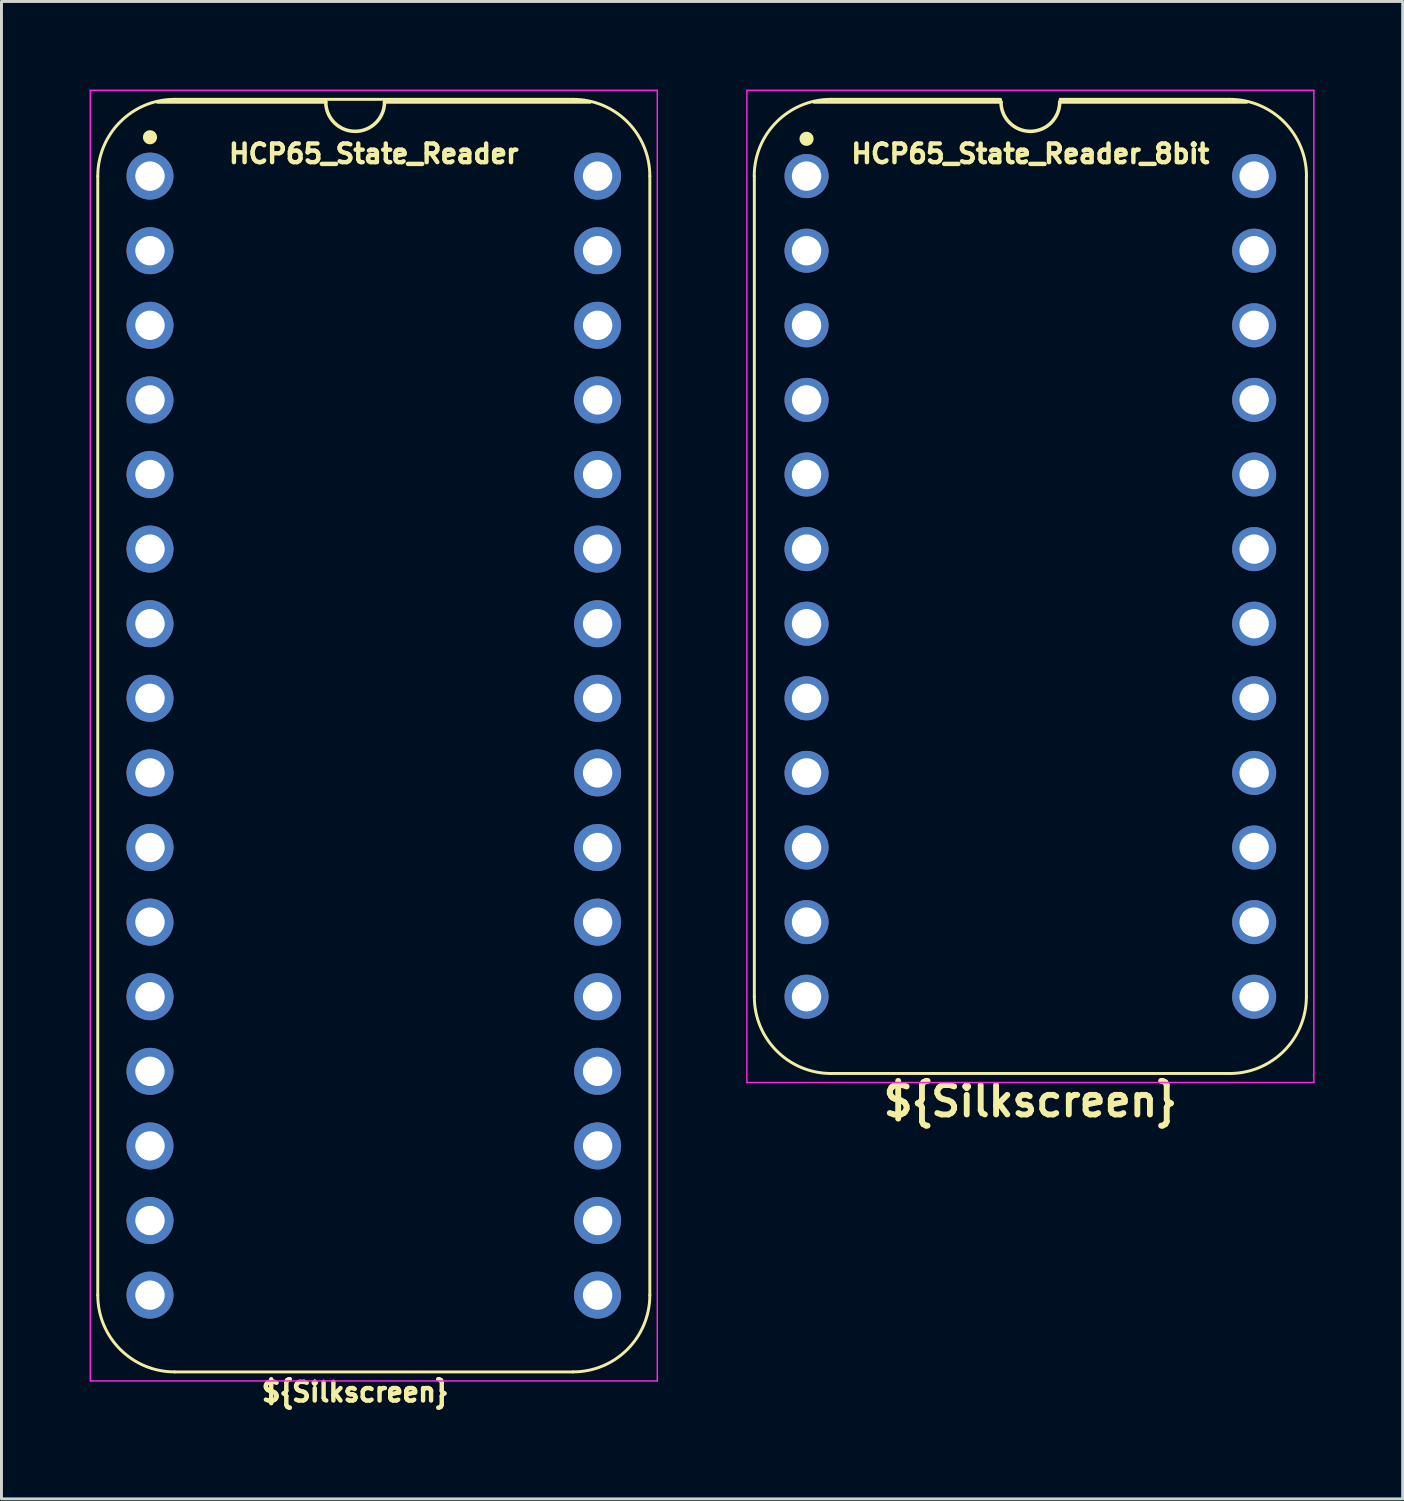
<source format=kicad_pcb>
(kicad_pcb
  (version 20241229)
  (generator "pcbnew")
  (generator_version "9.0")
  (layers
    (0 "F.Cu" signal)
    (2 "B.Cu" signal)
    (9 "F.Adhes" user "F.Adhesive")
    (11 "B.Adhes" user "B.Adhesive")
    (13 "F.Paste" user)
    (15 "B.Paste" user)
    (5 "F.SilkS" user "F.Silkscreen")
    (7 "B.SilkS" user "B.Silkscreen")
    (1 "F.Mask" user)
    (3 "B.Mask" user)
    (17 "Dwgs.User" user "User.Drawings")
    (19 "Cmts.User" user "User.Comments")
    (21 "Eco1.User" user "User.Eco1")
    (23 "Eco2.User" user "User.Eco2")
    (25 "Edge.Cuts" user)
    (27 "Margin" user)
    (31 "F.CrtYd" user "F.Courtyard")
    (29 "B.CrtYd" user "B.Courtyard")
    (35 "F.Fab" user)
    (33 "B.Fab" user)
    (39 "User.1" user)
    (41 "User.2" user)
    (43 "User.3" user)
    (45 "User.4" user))
  (footprint "HCP65_State_Reader"
    (layer "F.Cu")
    (at 2.057 2.946)
    (property "Reference" "HCP65_State_Reader" (at 7.62 -0.762 0) (layer "F.SilkS") (effects (font (size 0.635 0.635) (thickness 0.15))))
    (attr through_hole)
    (fp_line (start -1.778 38.1) (end -1.778 0) (stroke (width 0.1) (type solid)) (layer "F.SilkS"))
    (fp_line (start 0.836 -2.614) (end 14.404 -2.614) (stroke (width 0.1) (type solid)) (layer "F.SilkS"))
    (fp_line (start 5.985 -2.524) (end 0.254 -2.524) (stroke (width 0.12) (type solid)) (layer "F.SilkS"))
    (fp_line (start 14.404 40.714) (end 0.836 40.714) (stroke (width 0.1) (type solid)) (layer "F.SilkS"))
    (fp_line (start 14.986 -2.524) (end 7.985 -2.524) (stroke (width 0.12) (type solid)) (layer "F.SilkS"))
    (fp_line (start 17.018 38.1) (end 17.018 -0.000001) (stroke (width 0.1) (type solid)) (layer "F.SilkS"))
    (fp_arc (start -1.778 0) (mid -1.012456 -1.848188) (end 0.835732 -2.613732) (stroke (width 0.1) (type solid)) (layer "F.SilkS"))
    (fp_arc (start 0.835733 40.713733) (mid -1.012456 39.948189) (end -1.778 38.1) (stroke (width 0.1) (type solid)) (layer "F.SilkS"))
    (fp_arc (start 7.985 -2.524) (mid 6.985 -1.524) (end 5.985 -2.524) (stroke (width 0.12) (type solid)) (layer "F.SilkS"))
    (fp_arc (start 14.404267 -2.613733) (mid 16.252455 -1.848189) (end 17.017999 -0.000001) (stroke (width 0.1) (type solid)) (layer "F.SilkS"))
    (fp_arc (start 17.018 38.1) (mid 16.252455 39.948187) (end 14.404268 40.713732) (stroke (width 0.1) (type solid)) (layer "F.SilkS"))
    (fp_circle (center 0 -1.323) (end 0.18 -1.323) (stroke (width 0.12) (type solid)) (fill yes) (layer "F.SilkS"))
    (fp_line (start -2.032 -2.921) (end -2.032 41.021) (stroke (width 0.05) (type solid)) (layer "F.CrtYd"))
    (fp_line (start -2.032 -2.921) (end 17.272 -2.921) (stroke (width 0.05) (type solid)) (layer "F.CrtYd"))
    (fp_line (start -2.032 41.021) (end 17.272 41.021) (stroke (width 0.05) (type solid)) (layer "F.CrtYd"))
    (fp_line (start 17.272 -2.921) (end 17.272 41.021) (stroke (width 0.05) (type solid)) (layer "F.CrtYd"))
    (fp_text user "${Silkscreen}" (at 6.985 41.402 0) (layer "F.SilkS") (effects (font (size 0.635 0.635) (thickness 0.15))))
    (pad "1" thru_hole circle (at 0 0) (size 1.6 1.6) (drill 1) (layers "*.Cu" "*.Mask"))
    (pad "2" thru_hole circle (at 0 2.54) (size 1.6 1.6) (drill 1) (layers "*.Cu" "*.Mask"))
    (pad "3" thru_hole circle (at 0 5.08) (size 1.6 1.6) (drill 1) (layers "*.Cu" "*.Mask"))
    (pad "4" thru_hole circle (at 0 7.62) (size 1.6 1.6) (drill 1) (layers "*.Cu" "*.Mask"))
    (pad "5" thru_hole circle (at 0 10.16) (size 1.6 1.6) (drill 1) (layers "*.Cu" "*.Mask"))
    (pad "6" thru_hole circle (at 0 12.7) (size 1.6 1.6) (drill 1) (layers "*.Cu" "*.Mask"))
    (pad "7" thru_hole circle (at 0 15.24) (size 1.6 1.6) (drill 1) (layers "*.Cu" "*.Mask"))
    (pad "8" thru_hole circle (at 0 17.78) (size 1.6 1.6) (drill 1) (layers "*.Cu" "*.Mask"))
    (pad "9" thru_hole circle (at 0 20.32) (size 1.6 1.6) (drill 1) (layers "*.Cu" "*.Mask"))
    (pad "10" thru_hole circle (at 0 22.86) (size 1.6 1.6) (drill 1) (layers "*.Cu" "*.Mask"))
    (pad "11" thru_hole circle (at 0 25.4) (size 1.6 1.6) (drill 1) (layers "*.Cu" "*.Mask"))
    (pad "12" thru_hole circle (at 0 27.94) (size 1.6 1.6) (drill 1) (layers "*.Cu" "*.Mask"))
    (pad "13" thru_hole circle (at 0 30.48) (size 1.6 1.6) (drill 1) (layers "*.Cu" "*.Mask"))
    (pad "14" thru_hole circle (at 0 33.02) (size 1.6 1.6) (drill 1) (layers "*.Cu" "*.Mask"))
    (pad "15" thru_hole circle (at 0 35.56) (size 1.6 1.6) (drill 1) (layers "*.Cu" "*.Mask"))
    (pad "16" thru_hole circle (at 0 38.1) (size 1.6 1.6) (drill 1) (layers "*.Cu" "*.Mask"))
    (pad "17" thru_hole circle (at 15.24 38.1) (size 1.6 1.6) (drill 1) (layers "*.Cu" "*.Mask"))
    (pad "18" thru_hole circle (at 15.24 35.56) (size 1.6 1.6) (drill 1) (layers "*.Cu" "*.Mask"))
    (pad "19" thru_hole circle (at 15.24 33.02) (size 1.6 1.6) (drill 1) (layers "*.Cu" "*.Mask"))
    (pad "20" thru_hole circle (at 15.24 30.48) (size 1.6 1.6) (drill 1) (layers "*.Cu" "*.Mask"))
    (pad "21" thru_hole circle (at 15.24 27.94) (size 1.6 1.6) (drill 1) (layers "*.Cu" "*.Mask"))
    (pad "22" thru_hole circle (at 15.24 25.4) (size 1.6 1.6) (drill 1) (layers "*.Cu" "*.Mask"))
    (pad "23" thru_hole circle (at 15.24 22.86) (size 1.6 1.6) (drill 1) (layers "*.Cu" "*.Mask"))
    (pad "24" thru_hole circle (at 15.24 20.32) (size 1.6 1.6) (drill 1) (layers "*.Cu" "*.Mask"))
    (pad "25" thru_hole circle (at 15.24 17.78) (size 1.6 1.6) (drill 1) (layers "*.Cu" "*.Mask"))
    (pad "26" thru_hole circle (at 15.24 15.24) (size 1.6 1.6) (drill 1) (layers "*.Cu" "*.Mask"))
    (pad "27" thru_hole circle (at 15.24 12.7) (size 1.6 1.6) (drill 1) (layers "*.Cu" "*.Mask"))
    (pad "28" thru_hole circle (at 15.24 10.16) (size 1.6 1.6) (drill 1) (layers "*.Cu" "*.Mask"))
    (pad "29" thru_hole circle (at 15.24 7.62) (size 1.6 1.6) (drill 1) (layers "*.Cu" "*.Mask"))
    (pad "30" thru_hole circle (at 15.24 5.08) (size 1.6 1.6) (drill 1) (layers "*.Cu" "*.Mask"))
    (pad "31" thru_hole circle (at 15.24 2.54) (size 1.6 1.6) (drill 1) (layers "*.Cu" "*.Mask"))
    (pad "32" thru_hole circle (at 15.24 0) (size 1.6 1.6) (drill 1) (layers "*.Cu" "*.Mask")))
  (footprint "HCP65_State_Reader_8bit"
    (layer "F.Cu")
    (at 24.411 2.946)
    (property "Reference" "HCP65_State_Reader_8bit" (at 7.62 -0.762 0) (layer "F.SilkS") (effects (font (size 0.635 0.635) (thickness 0.15))))
    (property "Silkscreen" "${Silkscreen}" (at 7.62 31.496 0) (layer "F.SilkS") (effects (font (size 1 1) (thickness 0.2))))
    (attr through_hole)
    (fp_line (start -1.778 27.94) (end -1.778 0) (stroke (width 0.1) (type solid)) (layer "F.SilkS"))
    (fp_line (start 0.832 -2.614) (end 6.604 -2.614) (stroke (width 0.1) (type solid)) (layer "F.SilkS"))
    (fp_line (start 6.62 -2.524) (end 0.254 -2.524) (stroke (width 0.12) (type solid)) (layer "F.SilkS"))
    (fp_line (start 8.636 -2.614) (end 14.408 -2.614) (stroke (width 0.1) (type solid)) (layer "F.SilkS"))
    (fp_line (start 14.404 30.554) (end 0.836 30.554) (stroke (width 0.1) (type solid)) (layer "F.SilkS"))
    (fp_line (start 14.986 -2.524) (end 8.62 -2.524) (stroke (width 0.12) (type solid)) (layer "F.SilkS"))
    (fp_line (start 17.018 27.94) (end 17.018 0) (stroke (width 0.1) (type solid)) (layer "F.SilkS"))
    (fp_arc (start -1.781544 0) (mid -1.016 -1.848188) (end 0.832188 -2.613732) (stroke (width 0.1) (type solid)) (layer "F.SilkS"))
    (fp_arc (start 0.835733 30.553733) (mid -1.012456 29.788189) (end -1.778 27.94) (stroke (width 0.1) (type solid)) (layer "F.SilkS"))
    (fp_arc (start 8.62 -2.524) (mid 7.62 -1.524) (end 6.62 -2.524) (stroke (width 0.12) (type solid)) (layer "F.SilkS"))
    (fp_arc (start 14.407812 -2.613732) (mid 16.256 -1.848188) (end 17.021544 0) (stroke (width 0.1) (type solid)) (layer "F.SilkS"))
    (fp_arc (start 17.018001 27.940001) (mid 16.252456 29.788188) (end 14.404269 30.553733) (stroke (width 0.1) (type solid)) (layer "F.SilkS"))
    (fp_circle (center 0 -1.27) (end 0.18 -1.27) (stroke (width 0.12) (type solid)) (fill yes) (layer "F.SilkS"))
    (fp_line (start -2.032 -2.921) (end -2.032 30.861) (stroke (width 0.05) (type solid)) (layer "F.CrtYd"))
    (fp_line (start -2.032 -2.921) (end 17.272 -2.921) (stroke (width 0.05) (type solid)) (layer "F.CrtYd"))
    (fp_line (start -2.032 30.861) (end 17.272 30.861) (stroke (width 0.05) (type solid)) (layer "F.CrtYd"))
    (fp_line (start 17.272 -2.921) (end 17.272 30.861) (stroke (width 0.05) (type solid)) (layer "F.CrtYd"))
    (pad "1" thru_hole circle (at 0 0) (size 1.5 1.5) (drill 1) (layers "*.Cu" "*.Mask"))
    (pad "2" thru_hole circle (at 0 2.54) (size 1.5 1.5) (drill 1) (layers "*.Cu" "*.Mask"))
    (pad "3" thru_hole circle (at 0 5.08) (size 1.5 1.5) (drill 1) (layers "*.Cu" "*.Mask"))
    (pad "4" thru_hole circle (at 0 7.62) (size 1.5 1.5) (drill 1) (layers "*.Cu" "*.Mask"))
    (pad "5" thru_hole circle (at 0 10.16) (size 1.5 1.5) (drill 1) (layers "*.Cu" "*.Mask"))
    (pad "6" thru_hole circle (at 0 12.7) (size 1.5 1.5) (drill 1) (layers "*.Cu" "*.Mask"))
    (pad "7" thru_hole circle (at 0 15.24) (size 1.5 1.5) (drill 1) (layers "*.Cu" "*.Mask"))
    (pad "8" thru_hole circle (at 0 17.78) (size 1.5 1.5) (drill 1) (layers "*.Cu" "*.Mask"))
    (pad "9" thru_hole circle (at 0 20.32) (size 1.5 1.5) (drill 1) (layers "*.Cu" "*.Mask"))
    (pad "10" thru_hole circle (at 0 22.86) (size 1.5 1.5) (drill 1) (layers "*.Cu" "*.Mask"))
    (pad "11" thru_hole circle (at 0 25.4) (size 1.5 1.5) (drill 1) (layers "*.Cu" "*.Mask"))
    (pad "12" thru_hole circle (at 0 27.94) (size 1.5 1.5) (drill 1) (layers "*.Cu" "*.Mask"))
    (pad "13" thru_hole circle (at 15.24 27.94) (size 1.5 1.5) (drill 1) (layers "*.Cu" "*.Mask"))
    (pad "14" thru_hole circle (at 15.24 25.4) (size 1.5 1.5) (drill 1) (layers "*.Cu" "*.Mask"))
    (pad "15" thru_hole circle (at 15.24 22.86) (size 1.5 1.5) (drill 1) (layers "*.Cu" "*.Mask"))
    (pad "16" thru_hole circle (at 15.24 20.32) (size 1.5 1.5) (drill 1) (layers "*.Cu" "*.Mask"))
    (pad "17" thru_hole circle (at 15.24 17.78) (size 1.5 1.5) (drill 1) (layers "*.Cu" "*.Mask"))
    (pad "18" thru_hole circle (at 15.24 15.24) (size 1.5 1.5) (drill 1) (layers "*.Cu" "*.Mask"))
    (pad "19" thru_hole circle (at 15.24 12.7) (size 1.5 1.5) (drill 1) (layers "*.Cu" "*.Mask"))
    (pad "20" thru_hole circle (at 15.24 10.16) (size 1.5 1.5) (drill 1) (layers "*.Cu" "*.Mask"))
    (pad "21" thru_hole circle (at 15.24 7.62) (size 1.5 1.5) (drill 1) (layers "*.Cu" "*.Mask"))
    (pad "22" thru_hole circle (at 15.24 5.08) (size 1.5 1.5) (drill 1) (layers "*.Cu" "*.Mask"))
    (pad "23" thru_hole circle (at 15.24 2.54) (size 1.5 1.5) (drill 1) (layers "*.Cu" "*.Mask"))
    (pad "24" thru_hole circle (at 15.24 0) (size 1.5 1.5) (drill 1) (layers "*.Cu" "*.Mask")))
  (gr_rect
    (start -3 -3)
    (end 44.708 47.983)
    (stroke (width 0.1) (type default))
    (fill no)
    (layer "Edge.Cuts")))
</source>
